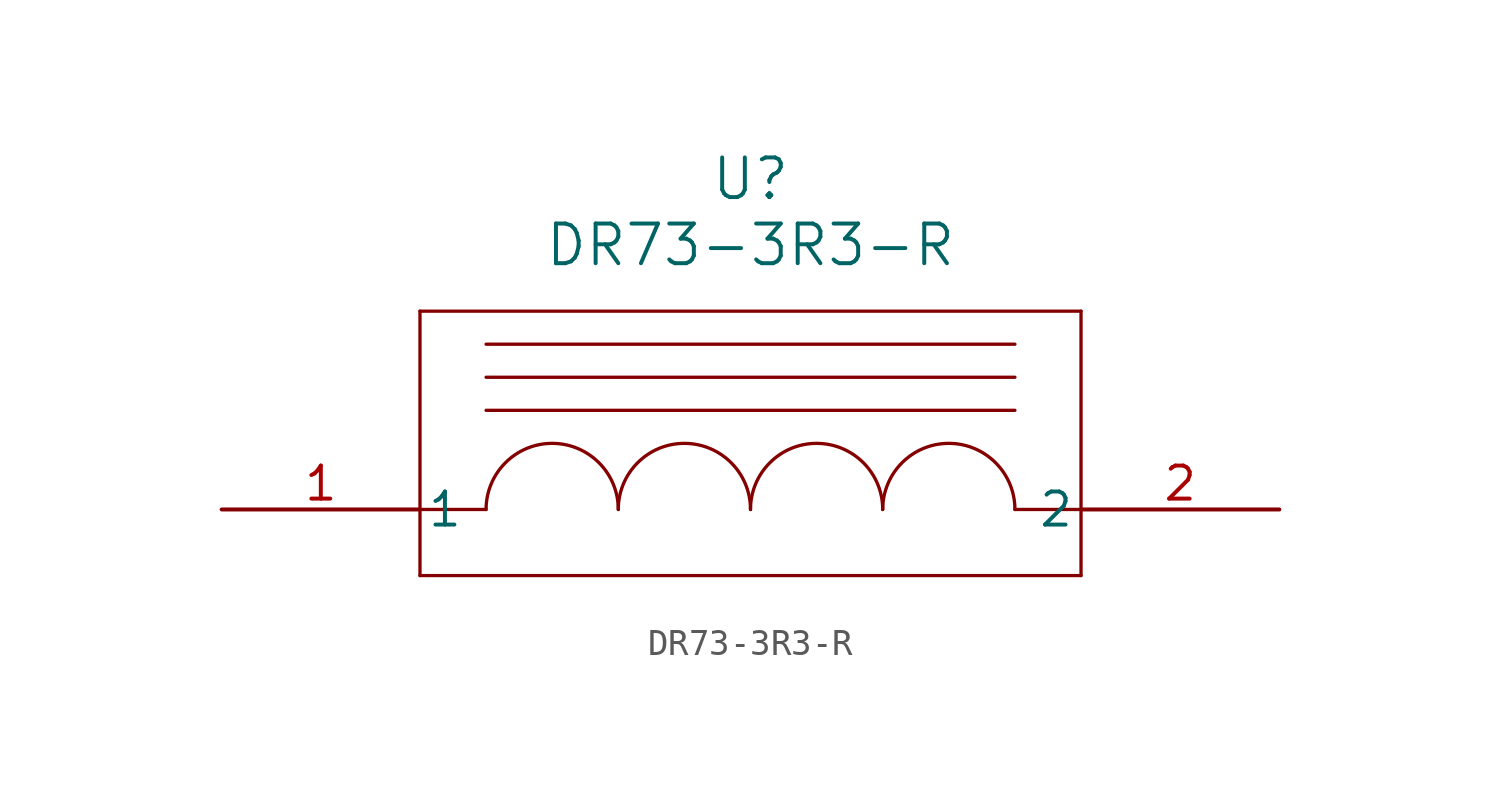
<source format=kicad_sym>
(kicad_symbol_lib
  (version 20211014)
  (generator kicad_symbol_editor)
  (symbol "DR73-3R3-R"
    (pin_names
      (offset 0.254))
    (property "Reference" "U"
      (at 20.32 10.16 0)
      (effects (font (size 1.524 1.524))))
    (property "Value" "DR73-3R3-R"
      (at 20.32 7.62 0)
      (effects (font (size 1.524 1.524))))
    (symbol "DR73-3R3-R_0_1"
      (polyline (pts (xy 7.62 5.08) (xy 7.62 -5.08)) (stroke (width 0.127) (type default) (color 0 0 0 0)) (fill (type none)))
      (polyline (pts (xy 7.62 -5.08) (xy 33.02 -5.08)) (stroke (width 0.127) (type default) (color 0 0 0 0)) (fill (type none)))
      (polyline (pts (xy 33.02 -5.08) (xy 33.02 5.08)) (stroke (width 0.127) (type default) (color 0 0 0 0)) (fill (type none)))
      (polyline (pts (xy 33.02 5.08) (xy 7.62 5.08)) (stroke (width 0.127) (type default) (color 0 0 0 0)) (fill (type none)))
      (polyline (pts (xy 7.62 -2.54) (xy 10.16 -2.54)) (stroke (width 0.127) (type default) (color 0 0 0 0)) (fill (type none)))
      (polyline (pts (xy 33.02 -2.54) (xy 30.48 -2.54)) (stroke (width 0.127) (type default) (color 0 0 0 0)) (fill (type none)))
      (arc (start 15.24 -2.54) (mid 12.7 0) (end 10.16 -2.54) (stroke (width 0.127) (type default) (color 0 0 0 0)) (fill (type none)))
      (arc (start 20.32 -2.54) (mid 17.78 0) (end 15.24 -2.54) (stroke (width 0.127) (type default) (color 0 0 0 0)) (fill (type none)))
      (arc (start 25.4 -2.54) (mid 22.86 0) (end 20.32 -2.54) (stroke (width 0.127) (type default) (color 0 0 0 0)) (fill (type none)))
      (arc (start 30.48 -2.54) (mid 27.94 0) (end 25.4 -2.54) (stroke (width 0.127) (type default) (color 0 0 0 0)) (fill (type none)))
      (polyline (pts (xy 10.16 1.27) (xy 30.48 1.27)) (stroke (width 0.127) (type default) (color 0 0 0 0)) (fill (type none)))
      (polyline (pts (xy 30.48 2.54) (xy 10.16 2.54)) (stroke (width 0.127) (type default) (color 0 0 0 0)) (fill (type none)))
      (polyline (pts (xy 10.16 3.81) (xy 30.48 3.81)) (stroke (width 0.127) (type default) (color 0 0 0 0)) (fill (type none)))
      (pin unspecified line (at 0 -2.54 0) (length 7.62) (name "1" (effects (font (size 1.27 1.27)))) (number "1" (effects (font (size 1.27 1.27)))))
      (pin unspecified line (at 40.64 -2.54 180) (length 7.62) (name "2" (effects (font (size 1.27 1.27)))) (number "2" (effects (font (size 1.27 1.27))))))))
</source>
